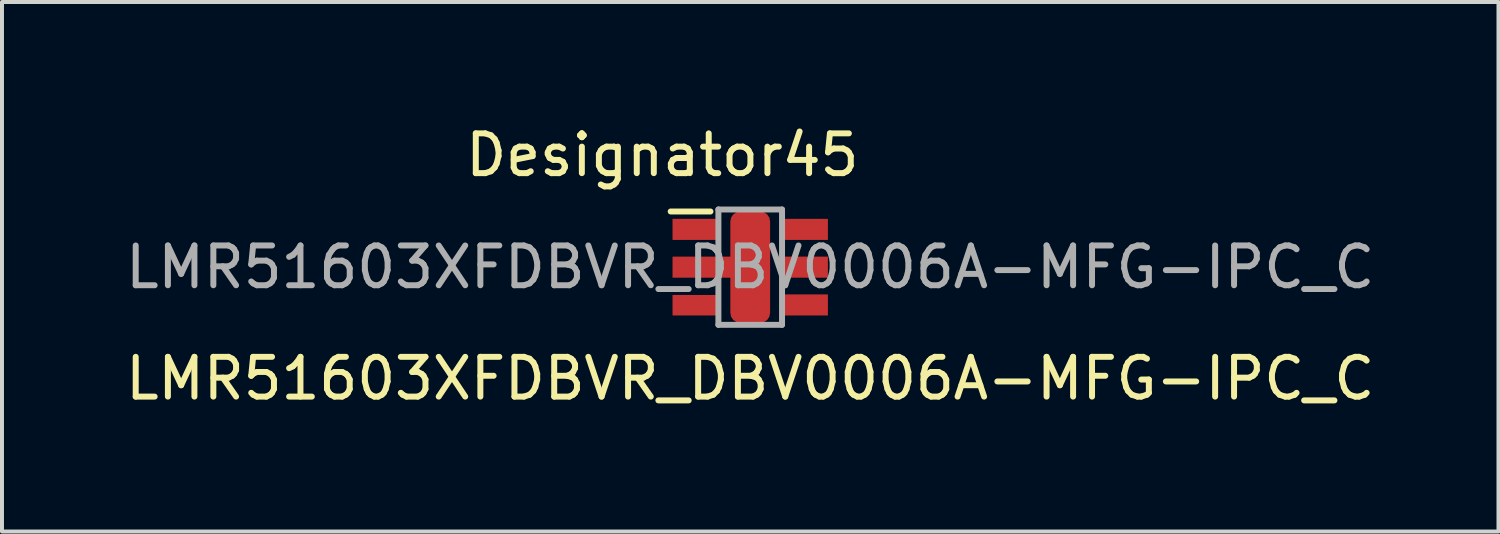
<source format=kicad_pcb>
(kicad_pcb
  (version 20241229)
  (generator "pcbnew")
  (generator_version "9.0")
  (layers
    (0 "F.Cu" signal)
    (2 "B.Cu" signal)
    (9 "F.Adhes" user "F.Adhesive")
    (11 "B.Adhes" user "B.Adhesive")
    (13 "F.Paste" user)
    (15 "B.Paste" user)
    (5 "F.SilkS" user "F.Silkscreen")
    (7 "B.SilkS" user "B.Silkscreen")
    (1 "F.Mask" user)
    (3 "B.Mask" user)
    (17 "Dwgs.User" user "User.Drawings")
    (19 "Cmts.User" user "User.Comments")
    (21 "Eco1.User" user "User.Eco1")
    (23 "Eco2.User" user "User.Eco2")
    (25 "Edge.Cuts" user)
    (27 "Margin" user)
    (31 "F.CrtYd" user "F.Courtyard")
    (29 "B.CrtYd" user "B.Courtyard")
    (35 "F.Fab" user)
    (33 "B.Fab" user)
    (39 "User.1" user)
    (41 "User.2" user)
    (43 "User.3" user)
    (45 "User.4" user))
  (footprint "LMR51603XFDBVR_DBV0006A-MFG-IPC_C"
    (layer "F.Cu")
    (at 15.815 3.668)
    (property "Reference" "LMR51603XFDBVR_DBV0006A-MFG-IPC_C" (at 0 2.8 0) (unlocked yes) (layer "F.SilkS") (effects (font (size 1 1) (thickness 0.15))))
    (attr smd)
    (fp_line (start -2 -1.4) (end -1 -1.4) (stroke (width 0.15) (type default)) (layer "F.SilkS"))
    (fp_line (start -0.8 -1.45) (end 0.8 -1.45) (stroke (width 0.15) (type solid)) (layer "F.Fab"))
    (fp_line (start -0.8 1.45) (end -0.8 -1.45) (stroke (width 0.15) (type solid)) (layer "F.Fab"))
    (fp_line (start -0.8 1.45) (end 0.8 1.45) (stroke (width 0.15) (type solid)) (layer "F.Fab"))
    (fp_line (start 0.8 1.45) (end 0.8 -1.45) (stroke (width 0.15) (type solid)) (layer "F.Fab"))
    (fp_text user "Designator45" (at -2.21 -2.819 0) (unlocked yes) (layer "F.SilkS") (effects (font (size 1 1) (thickness 0.15))))
    (fp_text user "${REFERENCE}" (at 0 0 0) (unlocked yes) (layer "F.Fab") (effects (font (size 1 1) (thickness 0.15))))
    (pad "1" smd rect (at -1.377 -0.95) (size 1.153 0.53) (layers "F.Cu" "F.Mask" "F.Paste"))
    (pad "2" smd rect (at -1.177 0) (size 1.553 0.53) (layers "F.Cu" "F.Mask" "F.Paste"))
    (pad "2" smd roundrect (at 0 0 90) (size 2.8 1) (layers "F.Cu" "F.Mask" "F.Paste") (roundrect_rratio 0.25))
    (pad "3" smd rect (at -1.377 0.957) (size 1.153 0.515) (layers "F.Cu" "F.Mask" "F.Paste"))
    (pad "4" smd rect (at 1.377 0.95) (size 1.153 0.53) (layers "F.Cu" "F.Mask" "F.Paste"))
    (pad "5" smd rect (at 1.377 0) (size 1.153 0.53) (layers "F.Cu" "F.Mask" "F.Paste"))
    (pad "6" smd rect (at 1.377 -0.95) (size 1.153 0.53) (layers "F.Cu" "F.Mask" "F.Paste")))
  (gr_rect
    (start -3 -3)
    (end 34.631 10.316)
    (stroke (width 0.1) (type default))
    (fill no)
    (layer "Edge.Cuts")))
</source>
